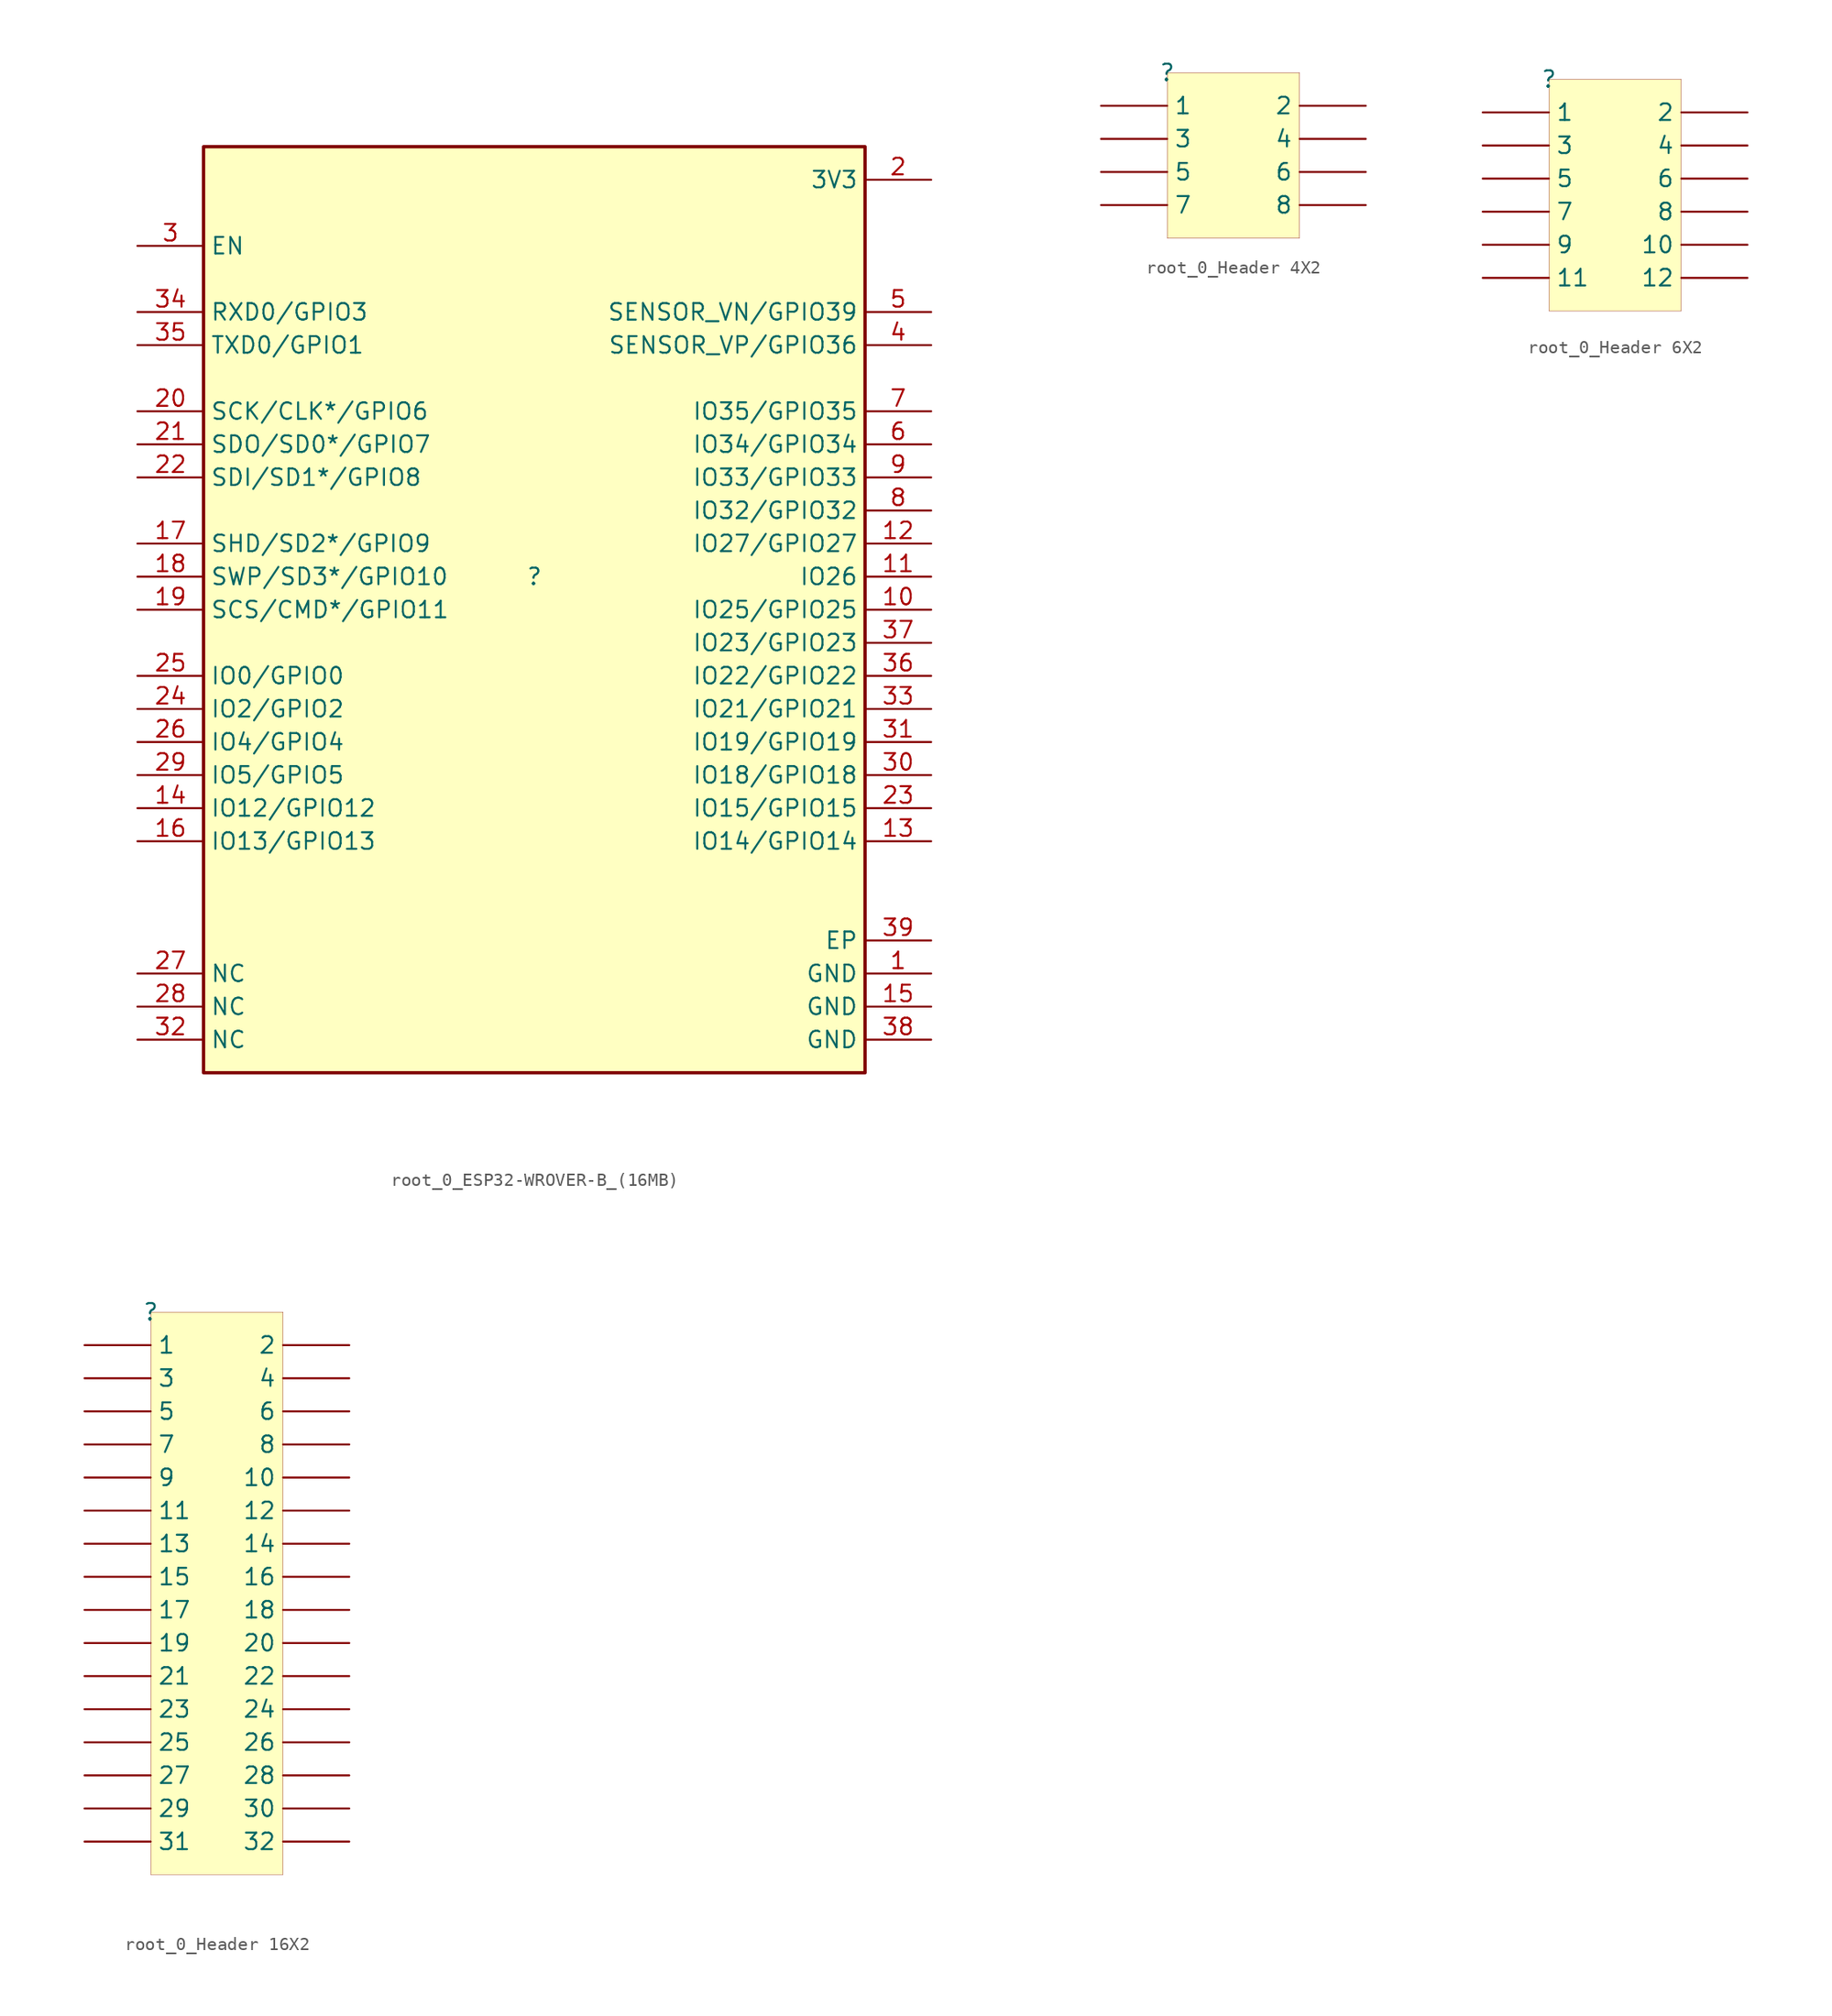
<source format=kicad_sym>
(kicad_symbol_lib
  (version 20231120)
  (generator "kicad_symbol_editor")
  (generator_version "8.0")
  (symbol "root_0_ESP32-WROVER-B_(16MB)"
    (property "Reference" ""
      (at 0 0 0)
      (effects (font (size 1.27 1.27))))
    (property "Value" ""
      (at 0 0 0)
      (effects (font (size 1.27 1.27))))
    (symbol "root_0_ESP32-WROVER-B_(16MB)_1_0"
      (rectangle (start 25.4 33.02) (end -25.4 -38.1) (stroke (width 0.254) (type solid) (color 128 0 0 1)) (fill (type background)))
      (pin power_in line (at 30.48 -30.48 180) (length 5.08) (name "GND" (effects (font (size 1.27 1.27)))) (number "1" (effects (font (size 1.27 1.27)))))
      (pin bidirectional line (at 30.48 -2.54 180) (length 5.08) (name "IO25/GPIO25" (effects (font (size 1.27 1.27)))) (number "10" (effects (font (size 1.27 1.27)))))
      (pin bidirectional line (at 30.48 0 180) (length 5.08) (name "IO26" (effects (font (size 1.27 1.27)))) (number "11" (effects (font (size 1.27 1.27)))))
      (pin bidirectional line (at 30.48 2.54 180) (length 5.08) (name "IO27/GPIO27" (effects (font (size 1.27 1.27)))) (number "12" (effects (font (size 1.27 1.27)))))
      (pin bidirectional line (at 30.48 -20.32 180) (length 5.08) (name "IO14/GPIO14" (effects (font (size 1.27 1.27)))) (number "13" (effects (font (size 1.27 1.27)))))
      (pin bidirectional line (at -30.48 -17.78 0) (length 5.08) (name "IO12/GPIO12" (effects (font (size 1.27 1.27)))) (number "14" (effects (font (size 1.27 1.27)))))
      (pin power_in line (at 30.48 -33.02 180) (length 5.08) (name "GND" (effects (font (size 1.27 1.27)))) (number "15" (effects (font (size 1.27 1.27)))))
      (pin bidirectional line (at -30.48 -20.32 0) (length 5.08) (name "IO13/GPIO13" (effects (font (size 1.27 1.27)))) (number "16" (effects (font (size 1.27 1.27)))))
      (pin bidirectional line (at -30.48 2.54 0) (length 5.08) (name "SHD/SD2*/GPIO9" (effects (font (size 1.27 1.27)))) (number "17" (effects (font (size 1.27 1.27)))))
      (pin bidirectional line (at -30.48 0 0) (length 5.08) (name "SWP/SD3*/GPIO10" (effects (font (size 1.27 1.27)))) (number "18" (effects (font (size 1.27 1.27)))))
      (pin bidirectional line (at -30.48 -2.54 0) (length 5.08) (name "SCS/CMD*/GPIO11" (effects (font (size 1.27 1.27)))) (number "19" (effects (font (size 1.27 1.27)))))
      (pin power_in line (at 30.48 30.48 180) (length 5.08) (name "3V3" (effects (font (size 1.27 1.27)))) (number "2" (effects (font (size 1.27 1.27)))))
      (pin bidirectional line (at -30.48 12.7 0) (length 5.08) (name "SCK/CLK*/GPIO6" (effects (font (size 1.27 1.27)))) (number "20" (effects (font (size 1.27 1.27)))))
      (pin bidirectional line (at -30.48 10.16 0) (length 5.08) (name "SDO/SD0*/GPIO7" (effects (font (size 1.27 1.27)))) (number "21" (effects (font (size 1.27 1.27)))))
      (pin bidirectional line (at -30.48 7.62 0) (length 5.08) (name "SDI/SD1*/GPIO8" (effects (font (size 1.27 1.27)))) (number "22" (effects (font (size 1.27 1.27)))))
      (pin bidirectional line (at 30.48 -17.78 180) (length 5.08) (name "IO15/GPIO15" (effects (font (size 1.27 1.27)))) (number "23" (effects (font (size 1.27 1.27)))))
      (pin bidirectional line (at -30.48 -10.16 0) (length 5.08) (name "IO2/GPIO2" (effects (font (size 1.27 1.27)))) (number "24" (effects (font (size 1.27 1.27)))))
      (pin bidirectional line (at -30.48 -7.62 0) (length 5.08) (name "IO0/GPIO0" (effects (font (size 1.27 1.27)))) (number "25" (effects (font (size 1.27 1.27)))))
      (pin bidirectional line (at -30.48 -12.7 0) (length 5.08) (name "IO4/GPIO4" (effects (font (size 1.27 1.27)))) (number "26" (effects (font (size 1.27 1.27)))))
      (pin passive line (at -30.48 -30.48 0) (length 5.08) (name "NC" (effects (font (size 1.27 1.27)))) (number "27" (effects (font (size 1.27 1.27)))))
      (pin passive line (at -30.48 -33.02 0) (length 5.08) (name "NC" (effects (font (size 1.27 1.27)))) (number "28" (effects (font (size 1.27 1.27)))))
      (pin bidirectional line (at -30.48 -15.24 0) (length 5.08) (name "IO5/GPIO5" (effects (font (size 1.27 1.27)))) (number "29" (effects (font (size 1.27 1.27)))))
      (pin input line (at -30.48 25.4 0) (length 5.08) (name "EN" (effects (font (size 1.27 1.27)))) (number "3" (effects (font (size 1.27 1.27)))))
      (pin bidirectional line (at 30.48 -15.24 180) (length 5.08) (name "IO18/GPIO18" (effects (font (size 1.27 1.27)))) (number "30" (effects (font (size 1.27 1.27)))))
      (pin bidirectional line (at 30.48 -12.7 180) (length 5.08) (name "IO19/GPIO19" (effects (font (size 1.27 1.27)))) (number "31" (effects (font (size 1.27 1.27)))))
      (pin passive line (at -30.48 -35.56 0) (length 5.08) (name "NC" (effects (font (size 1.27 1.27)))) (number "32" (effects (font (size 1.27 1.27)))))
      (pin bidirectional line (at 30.48 -10.16 180) (length 5.08) (name "IO21/GPIO21" (effects (font (size 1.27 1.27)))) (number "33" (effects (font (size 1.27 1.27)))))
      (pin bidirectional line (at -30.48 20.32 0) (length 5.08) (name "RXD0/GPIO3" (effects (font (size 1.27 1.27)))) (number "34" (effects (font (size 1.27 1.27)))))
      (pin bidirectional line (at -30.48 17.78 0) (length 5.08) (name "TXD0/GPIO1" (effects (font (size 1.27 1.27)))) (number "35" (effects (font (size 1.27 1.27)))))
      (pin bidirectional line (at 30.48 -7.62 180) (length 5.08) (name "IO22/GPIO22" (effects (font (size 1.27 1.27)))) (number "36" (effects (font (size 1.27 1.27)))))
      (pin bidirectional line (at 30.48 -5.08 180) (length 5.08) (name "IO23/GPIO23" (effects (font (size 1.27 1.27)))) (number "37" (effects (font (size 1.27 1.27)))))
      (pin power_in line (at 30.48 -35.56 180) (length 5.08) (name "GND" (effects (font (size 1.27 1.27)))) (number "38" (effects (font (size 1.27 1.27)))))
      (pin power_in line (at 30.48 -27.94 180) (length 5.08) (name "EP" (effects (font (size 1.27 1.27)))) (number "39" (effects (font (size 1.27 1.27)))))
      (pin bidirectional line (at 30.48 17.78 180) (length 5.08) (name "SENSOR_VP/GPIO36" (effects (font (size 1.27 1.27)))) (number "4" (effects (font (size 1.27 1.27)))))
      (pin bidirectional line (at 30.48 20.32 180) (length 5.08) (name "SENSOR_VN/GPIO39" (effects (font (size 1.27 1.27)))) (number "5" (effects (font (size 1.27 1.27)))))
      (pin bidirectional line (at 30.48 10.16 180) (length 5.08) (name "IO34/GPIO34" (effects (font (size 1.27 1.27)))) (number "6" (effects (font (size 1.27 1.27)))))
      (pin bidirectional line (at 30.48 12.7 180) (length 5.08) (name "IO35/GPIO35" (effects (font (size 1.27 1.27)))) (number "7" (effects (font (size 1.27 1.27)))))
      (pin bidirectional line (at 30.48 5.08 180) (length 5.08) (name "IO32/GPIO32" (effects (font (size 1.27 1.27)))) (number "8" (effects (font (size 1.27 1.27)))))
      (pin bidirectional line (at 30.48 7.62 180) (length 5.08) (name "IO33/GPIO33" (effects (font (size 1.27 1.27)))) (number "9" (effects (font (size 1.27 1.27)))))))
  (symbol "root_0_Header 4X2"
    (property "Reference" ""
      (at 0 0 0)
      (effects (font (size 1.27 1.27))))
    (property "Value" ""
      (at 0 0 0)
      (effects (font (size 1.27 1.27))))
    (symbol "root_0_Header 4X2_1_0"
      (rectangle (start 10.16 0) (end 0 -12.7) (stroke (width 0.025) (type solid) (color 128 0 0 1)) (fill (type background)))
      (pin passive line (at -5.08 -2.54 0) (length 5.08) (name "1" (effects (font (size 1.27 1.27)))) (number "1" (effects (font (size 0 0)))))
      (pin passive line (at 15.24 -2.54 180) (length 5.08) (name "2" (effects (font (size 1.27 1.27)))) (number "2" (effects (font (size 0 0)))))
      (pin passive line (at -5.08 -5.08 0) (length 5.08) (name "3" (effects (font (size 1.27 1.27)))) (number "3" (effects (font (size 0 0)))))
      (pin passive line (at 15.24 -5.08 180) (length 5.08) (name "4" (effects (font (size 1.27 1.27)))) (number "4" (effects (font (size 0 0)))))
      (pin passive line (at -5.08 -7.62 0) (length 5.08) (name "5" (effects (font (size 1.27 1.27)))) (number "5" (effects (font (size 0 0)))))
      (pin passive line (at 15.24 -7.62 180) (length 5.08) (name "6" (effects (font (size 1.27 1.27)))) (number "6" (effects (font (size 0 0)))))
      (pin passive line (at -5.08 -10.16 0) (length 5.08) (name "7" (effects (font (size 1.27 1.27)))) (number "7" (effects (font (size 0 0)))))
      (pin passive line (at 15.24 -10.16 180) (length 5.08) (name "8" (effects (font (size 1.27 1.27)))) (number "8" (effects (font (size 0 0)))))))
  (symbol "root_0_Header 6X2"
    (property "Reference" ""
      (at 0 0 0)
      (effects (font (size 1.27 1.27))))
    (property "Value" ""
      (at 0 0 0)
      (effects (font (size 1.27 1.27))))
    (symbol "root_0_Header 6X2_1_0"
      (rectangle (start 10.16 0) (end 0 -17.78) (stroke (width 0.025) (type solid) (color 128 0 0 1)) (fill (type background)))
      (pin passive line (at -5.08 -2.54 0) (length 5.08) (name "1" (effects (font (size 1.27 1.27)))) (number "1" (effects (font (size 0 0)))))
      (pin passive line (at 15.24 -12.7 180) (length 5.08) (name "10" (effects (font (size 1.27 1.27)))) (number "10" (effects (font (size 0 0)))))
      (pin passive line (at -5.08 -15.24 0) (length 5.08) (name "11" (effects (font (size 1.27 1.27)))) (number "11" (effects (font (size 0 0)))))
      (pin passive line (at 15.24 -15.24 180) (length 5.08) (name "12" (effects (font (size 1.27 1.27)))) (number "12" (effects (font (size 0 0)))))
      (pin passive line (at 15.24 -2.54 180) (length 5.08) (name "2" (effects (font (size 1.27 1.27)))) (number "2" (effects (font (size 0 0)))))
      (pin passive line (at -5.08 -5.08 0) (length 5.08) (name "3" (effects (font (size 1.27 1.27)))) (number "3" (effects (font (size 0 0)))))
      (pin passive line (at 15.24 -5.08 180) (length 5.08) (name "4" (effects (font (size 1.27 1.27)))) (number "4" (effects (font (size 0 0)))))
      (pin passive line (at -5.08 -7.62 0) (length 5.08) (name "5" (effects (font (size 1.27 1.27)))) (number "5" (effects (font (size 0 0)))))
      (pin passive line (at 15.24 -7.62 180) (length 5.08) (name "6" (effects (font (size 1.27 1.27)))) (number "6" (effects (font (size 0 0)))))
      (pin passive line (at -5.08 -10.16 0) (length 5.08) (name "7" (effects (font (size 1.27 1.27)))) (number "7" (effects (font (size 0 0)))))
      (pin passive line (at 15.24 -10.16 180) (length 5.08) (name "8" (effects (font (size 1.27 1.27)))) (number "8" (effects (font (size 0 0)))))
      (pin passive line (at -5.08 -12.7 0) (length 5.08) (name "9" (effects (font (size 1.27 1.27)))) (number "9" (effects (font (size 0 0)))))))
  (symbol "root_0_Header 16X2"
    (property "Reference" ""
      (at 0 0 0)
      (effects (font (size 1.27 1.27))))
    (property "Value" ""
      (at 0 0 0)
      (effects (font (size 1.27 1.27))))
    (symbol "root_0_Header 16X2_1_0"
      (rectangle (start 10.16 0) (end 0 -43.18) (stroke (width 0.025) (type solid) (color 128 0 0 1)) (fill (type background)))
      (pin passive line (at -5.08 -2.54 0) (length 5.08) (name "1" (effects (font (size 1.27 1.27)))) (number "1" (effects (font (size 0 0)))))
      (pin passive line (at 15.24 -12.7 180) (length 5.08) (name "10" (effects (font (size 1.27 1.27)))) (number "10" (effects (font (size 0 0)))))
      (pin passive line (at -5.08 -15.24 0) (length 5.08) (name "11" (effects (font (size 1.27 1.27)))) (number "11" (effects (font (size 0 0)))))
      (pin passive line (at 15.24 -15.24 180) (length 5.08) (name "12" (effects (font (size 1.27 1.27)))) (number "12" (effects (font (size 0 0)))))
      (pin passive line (at -5.08 -17.78 0) (length 5.08) (name "13" (effects (font (size 1.27 1.27)))) (number "13" (effects (font (size 0 0)))))
      (pin passive line (at 15.24 -17.78 180) (length 5.08) (name "14" (effects (font (size 1.27 1.27)))) (number "14" (effects (font (size 0 0)))))
      (pin passive line (at -5.08 -20.32 0) (length 5.08) (name "15" (effects (font (size 1.27 1.27)))) (number "15" (effects (font (size 0 0)))))
      (pin passive line (at 15.24 -20.32 180) (length 5.08) (name "16" (effects (font (size 1.27 1.27)))) (number "16" (effects (font (size 0 0)))))
      (pin passive line (at -5.08 -22.86 0) (length 5.08) (name "17" (effects (font (size 1.27 1.27)))) (number "17" (effects (font (size 0 0)))))
      (pin passive line (at 15.24 -22.86 180) (length 5.08) (name "18" (effects (font (size 1.27 1.27)))) (number "18" (effects (font (size 0 0)))))
      (pin passive line (at -5.08 -25.4 0) (length 5.08) (name "19" (effects (font (size 1.27 1.27)))) (number "19" (effects (font (size 0 0)))))
      (pin passive line (at 15.24 -2.54 180) (length 5.08) (name "2" (effects (font (size 1.27 1.27)))) (number "2" (effects (font (size 0 0)))))
      (pin passive line (at 15.24 -25.4 180) (length 5.08) (name "20" (effects (font (size 1.27 1.27)))) (number "20" (effects (font (size 0 0)))))
      (pin passive line (at -5.08 -27.94 0) (length 5.08) (name "21" (effects (font (size 1.27 1.27)))) (number "21" (effects (font (size 0 0)))))
      (pin passive line (at 15.24 -27.94 180) (length 5.08) (name "22" (effects (font (size 1.27 1.27)))) (number "22" (effects (font (size 0 0)))))
      (pin passive line (at -5.08 -30.48 0) (length 5.08) (name "23" (effects (font (size 1.27 1.27)))) (number "23" (effects (font (size 0 0)))))
      (pin passive line (at 15.24 -30.48 180) (length 5.08) (name "24" (effects (font (size 1.27 1.27)))) (number "24" (effects (font (size 0 0)))))
      (pin passive line (at -5.08 -33.02 0) (length 5.08) (name "25" (effects (font (size 1.27 1.27)))) (number "25" (effects (font (size 0 0)))))
      (pin passive line (at 15.24 -33.02 180) (length 5.08) (name "26" (effects (font (size 1.27 1.27)))) (number "26" (effects (font (size 0 0)))))
      (pin passive line (at -5.08 -35.56 0) (length 5.08) (name "27" (effects (font (size 1.27 1.27)))) (number "27" (effects (font (size 0 0)))))
      (pin passive line (at 15.24 -35.56 180) (length 5.08) (name "28" (effects (font (size 1.27 1.27)))) (number "28" (effects (font (size 0 0)))))
      (pin passive line (at -5.08 -38.1 0) (length 5.08) (name "29" (effects (font (size 1.27 1.27)))) (number "29" (effects (font (size 0 0)))))
      (pin passive line (at -5.08 -5.08 0) (length 5.08) (name "3" (effects (font (size 1.27 1.27)))) (number "3" (effects (font (size 0 0)))))
      (pin passive line (at 15.24 -38.1 180) (length 5.08) (name "30" (effects (font (size 1.27 1.27)))) (number "30" (effects (font (size 0 0)))))
      (pin passive line (at -5.08 -40.64 0) (length 5.08) (name "31" (effects (font (size 1.27 1.27)))) (number "31" (effects (font (size 0 0)))))
      (pin passive line (at 15.24 -40.64 180) (length 5.08) (name "32" (effects (font (size 1.27 1.27)))) (number "32" (effects (font (size 0 0)))))
      (pin passive line (at 15.24 -5.08 180) (length 5.08) (name "4" (effects (font (size 1.27 1.27)))) (number "4" (effects (font (size 0 0)))))
      (pin passive line (at -5.08 -7.62 0) (length 5.08) (name "5" (effects (font (size 1.27 1.27)))) (number "5" (effects (font (size 0 0)))))
      (pin passive line (at 15.24 -7.62 180) (length 5.08) (name "6" (effects (font (size 1.27 1.27)))) (number "6" (effects (font (size 0 0)))))
      (pin passive line (at -5.08 -10.16 0) (length 5.08) (name "7" (effects (font (size 1.27 1.27)))) (number "7" (effects (font (size 0 0)))))
      (pin passive line (at 15.24 -10.16 180) (length 5.08) (name "8" (effects (font (size 1.27 1.27)))) (number "8" (effects (font (size 0 0)))))
      (pin passive line (at -5.08 -12.7 0) (length 5.08) (name "9" (effects (font (size 1.27 1.27)))) (number "9" (effects (font (size 0 0))))))))
</source>
